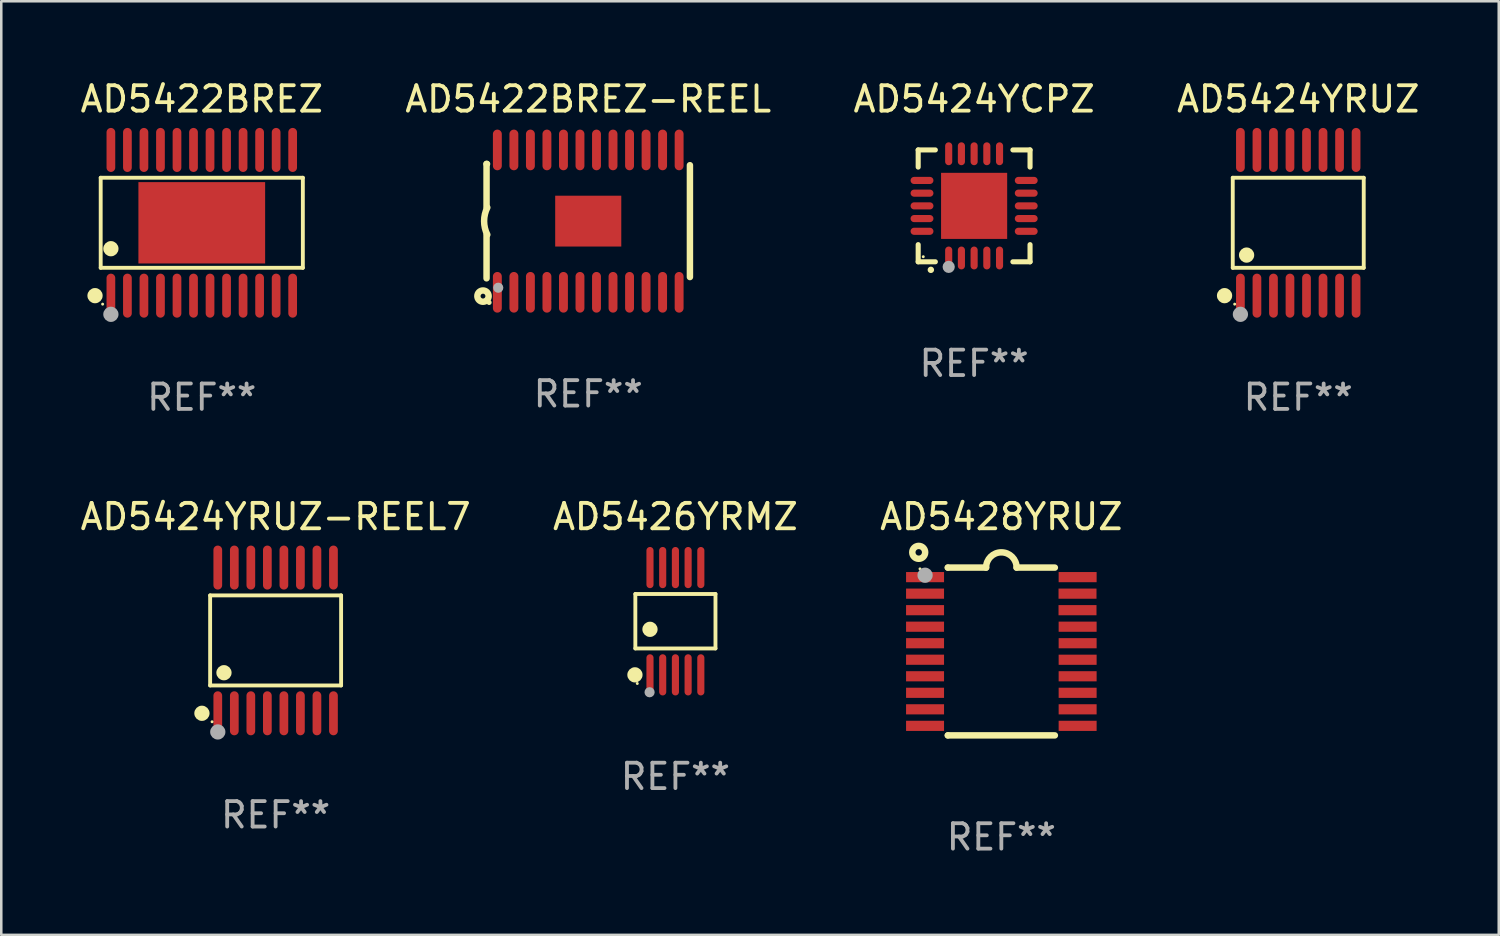
<source format=kicad_pcb>
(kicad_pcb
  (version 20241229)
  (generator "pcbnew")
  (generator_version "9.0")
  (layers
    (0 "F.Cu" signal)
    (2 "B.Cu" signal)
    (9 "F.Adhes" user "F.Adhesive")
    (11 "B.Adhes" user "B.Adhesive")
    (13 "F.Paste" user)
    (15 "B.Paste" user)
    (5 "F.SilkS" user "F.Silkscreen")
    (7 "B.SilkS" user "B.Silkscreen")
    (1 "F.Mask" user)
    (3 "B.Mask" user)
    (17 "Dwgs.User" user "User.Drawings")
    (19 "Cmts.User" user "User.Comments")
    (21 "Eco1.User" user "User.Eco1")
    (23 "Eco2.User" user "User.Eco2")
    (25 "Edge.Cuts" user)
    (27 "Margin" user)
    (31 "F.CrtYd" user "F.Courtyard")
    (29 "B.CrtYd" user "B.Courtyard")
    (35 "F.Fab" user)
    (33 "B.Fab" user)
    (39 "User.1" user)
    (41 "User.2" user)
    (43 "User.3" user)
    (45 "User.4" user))
  (footprint "AD5424YRUZ"
    (layer "F.Cu")
    (at 48.018 5.714)
    (property "Reference" "AD5424YRUZ" (at 0 -4.866 0) (layer "F.SilkS") (effects (font (size 1 1) (thickness 0.15))))
    (attr through_hole)
    (fp_line (start -2.576 -1.772) (end 2.576 -1.772) (stroke (width 0.152) (type solid)) (layer "F.SilkS"))
    (fp_line (start -2.576 1.771) (end -2.576 -1.772) (stroke (width 0.152) (type solid)) (layer "F.SilkS"))
    (fp_line (start 2.576 -1.772) (end 2.576 1.771) (stroke (width 0.152) (type solid)) (layer "F.SilkS"))
    (fp_line (start 2.576 1.771) (end -2.576 1.771) (stroke (width 0.152) (type solid)) (layer "F.SilkS"))
    (fp_circle (center -2.899 2.866) (end -2.749 2.866) (stroke (width 0.3) (type solid)) (fill no) (layer "F.SilkS"))
    (fp_circle (center -2.5 3.2) (end -2.47 3.2) (stroke (width 0.06) (type solid)) (fill no) (layer "F.SilkS"))
    (fp_circle (center -2.032 1.27) (end -1.882 1.27) (stroke (width 0.3) (type solid)) (fill no) (layer "F.SilkS"))
    (fp_circle (center -2.275 3.6) (end -2.125 3.6) (stroke (width 0.3) (type solid)) (fill no) (layer "F.Fab"))
    (fp_text user "REF**" (at 0 6.866 0) (layer "F.Fab") (effects (font (size 1 1) (thickness 0.15))))
    (pad "1" smd oval (at -2.275 2.866) (size 0.343 1.731) (layers "F.Cu" "F.Mask" "F.Paste"))
    (pad "2" smd oval (at -1.625 2.866) (size 0.343 1.731) (layers "F.Cu" "F.Mask" "F.Paste"))
    (pad "3" smd oval (at -0.975 2.866) (size 0.343 1.731) (layers "F.Cu" "F.Mask" "F.Paste"))
    (pad "4" smd oval (at -0.325 2.866) (size 0.343 1.731) (layers "F.Cu" "F.Mask" "F.Paste"))
    (pad "5" smd oval (at 0.325 2.866) (size 0.343 1.731) (layers "F.Cu" "F.Mask" "F.Paste"))
    (pad "6" smd oval (at 0.975 2.866) (size 0.343 1.731) (layers "F.Cu" "F.Mask" "F.Paste"))
    (pad "7" smd oval (at 1.625 2.866) (size 0.343 1.731) (layers "F.Cu" "F.Mask" "F.Paste"))
    (pad "8" smd oval (at 2.275 2.866) (size 0.343 1.731) (layers "F.Cu" "F.Mask" "F.Paste"))
    (pad "9" smd oval (at 2.275 -2.866) (size 0.343 1.731) (layers "F.Cu" "F.Mask" "F.Paste"))
    (pad "10" smd oval (at 1.625 -2.866) (size 0.343 1.731) (layers "F.Cu" "F.Mask" "F.Paste"))
    (pad "11" smd oval (at 0.975 -2.866) (size 0.343 1.731) (layers "F.Cu" "F.Mask" "F.Paste"))
    (pad "12" smd oval (at 0.325 -2.866) (size 0.343 1.731) (layers "F.Cu" "F.Mask" "F.Paste"))
    (pad "13" smd oval (at -0.325 -2.866) (size 0.343 1.731) (layers "F.Cu" "F.Mask" "F.Paste"))
    (pad "14" smd oval (at -0.975 -2.866) (size 0.343 1.731) (layers "F.Cu" "F.Mask" "F.Paste"))
    (pad "15" smd oval (at -1.625 -2.866) (size 0.343 1.731) (layers "F.Cu" "F.Mask" "F.Paste"))
    (pad "16" smd oval (at -2.275 -2.866) (size 0.343 1.731) (layers "F.Cu" "F.Mask" "F.Paste")))
  (footprint "AD5426YRMZ"
    (layer "F.Cu")
    (at 23.518 21.386)
    (property "Reference" "AD5426YRMZ" (at 0 -4.11 0) (layer "F.SilkS") (effects (font (size 1 1) (thickness 0.15))))
    (attr through_hole)
    (fp_line (start -1.576 -1.071) (end 1.576 -1.071) (stroke (width 0.152) (type solid)) (layer "F.SilkS"))
    (fp_line (start -1.576 1.071) (end -1.576 -1.071) (stroke (width 0.152) (type solid)) (layer "F.SilkS"))
    (fp_line (start 1.576 -1.071) (end 1.576 1.071) (stroke (width 0.152) (type solid)) (layer "F.SilkS"))
    (fp_line (start 1.576 1.071) (end -1.576 1.071) (stroke (width 0.152) (type solid)) (layer "F.SilkS"))
    (fp_circle (center -1.592 2.11) (end -1.442 2.11) (stroke (width 0.3) (type solid)) (fill no) (layer "F.SilkS"))
    (fp_circle (center -1.5 2.45) (end -1.47 2.45) (stroke (width 0.06) (type solid)) (fill no) (layer "F.SilkS"))
    (fp_circle (center -1 0.319) (end -0.85 0.319) (stroke (width 0.3) (type solid)) (fill no) (layer "F.SilkS"))
    (fp_circle (center -1.016 2.794) (end -0.916 2.794) (stroke (width 0.2) (type solid)) (fill no) (layer "F.Fab"))
    (fp_text user "REF**" (at 0 6.11 0) (layer "F.Fab") (effects (font (size 1 1) (thickness 0.15))))
    (pad "1" smd oval (at -1 2.11) (size 0.28 1.62) (layers "F.Cu" "F.Mask" "F.Paste"))
    (pad "2" smd oval (at -0.5 2.11) (size 0.28 1.62) (layers "F.Cu" "F.Mask" "F.Paste"))
    (pad "3" smd oval (at 0 2.11) (size 0.28 1.62) (layers "F.Cu" "F.Mask" "F.Paste"))
    (pad "4" smd oval (at 0.5 2.11) (size 0.28 1.62) (layers "F.Cu" "F.Mask" "F.Paste"))
    (pad "5" smd oval (at 1 2.11) (size 0.28 1.62) (layers "F.Cu" "F.Mask" "F.Paste"))
    (pad "6" smd oval (at 1 -2.11) (size 0.28 1.62) (layers "F.Cu" "F.Mask" "F.Paste"))
    (pad "7" smd oval (at 0.5 -2.11) (size 0.28 1.62) (layers "F.Cu" "F.Mask" "F.Paste"))
    (pad "8" smd oval (at 0 -2.11) (size 0.28 1.62) (layers "F.Cu" "F.Mask" "F.Paste"))
    (pad "9" smd oval (at -0.5 -2.11) (size 0.28 1.62) (layers "F.Cu" "F.Mask" "F.Paste"))
    (pad "10" smd oval (at -1 -2.11) (size 0.28 1.62) (layers "F.Cu" "F.Mask" "F.Paste")))
  (footprint "AD5424YRUZ-REEL7"
    (layer "F.Cu")
    (at 7.792 22.142)
    (property "Reference" "AD5424YRUZ-REEL7" (at 0 -4.866 0) (layer "F.SilkS") (effects (font (size 1 1) (thickness 0.15))))
    (attr through_hole)
    (fp_line (start -2.576 -1.772) (end 2.576 -1.772) (stroke (width 0.152) (type solid)) (layer "F.SilkS"))
    (fp_line (start -2.576 1.771) (end -2.576 -1.772) (stroke (width 0.152) (type solid)) (layer "F.SilkS"))
    (fp_line (start 2.576 -1.772) (end 2.576 1.771) (stroke (width 0.152) (type solid)) (layer "F.SilkS"))
    (fp_line (start 2.576 1.771) (end -2.576 1.771) (stroke (width 0.152) (type solid)) (layer "F.SilkS"))
    (fp_circle (center -2.899 2.866) (end -2.749 2.866) (stroke (width 0.3) (type solid)) (fill no) (layer "F.SilkS"))
    (fp_circle (center -2.5 3.2) (end -2.47 3.2) (stroke (width 0.06) (type solid)) (fill no) (layer "F.SilkS"))
    (fp_circle (center -2.032 1.27) (end -1.882 1.27) (stroke (width 0.3) (type solid)) (fill no) (layer "F.SilkS"))
    (fp_circle (center -2.275 3.6) (end -2.125 3.6) (stroke (width 0.3) (type solid)) (fill no) (layer "F.Fab"))
    (fp_text user "REF**" (at 0 6.866 0) (layer "F.Fab") (effects (font (size 1 1) (thickness 0.15))))
    (pad "1" smd oval (at -2.275 2.866) (size 0.343 1.731) (layers "F.Cu" "F.Mask" "F.Paste"))
    (pad "2" smd oval (at -1.625 2.866) (size 0.343 1.731) (layers "F.Cu" "F.Mask" "F.Paste"))
    (pad "3" smd oval (at -0.975 2.866) (size 0.343 1.731) (layers "F.Cu" "F.Mask" "F.Paste"))
    (pad "4" smd oval (at -0.325 2.866) (size 0.343 1.731) (layers "F.Cu" "F.Mask" "F.Paste"))
    (pad "5" smd oval (at 0.325 2.866) (size 0.343 1.731) (layers "F.Cu" "F.Mask" "F.Paste"))
    (pad "6" smd oval (at 0.975 2.866) (size 0.343 1.731) (layers "F.Cu" "F.Mask" "F.Paste"))
    (pad "7" smd oval (at 1.625 2.866) (size 0.343 1.731) (layers "F.Cu" "F.Mask" "F.Paste"))
    (pad "8" smd oval (at 2.275 2.866) (size 0.343 1.731) (layers "F.Cu" "F.Mask" "F.Paste"))
    (pad "9" smd oval (at 2.275 -2.866) (size 0.343 1.731) (layers "F.Cu" "F.Mask" "F.Paste"))
    (pad "10" smd oval (at 1.625 -2.866) (size 0.343 1.731) (layers "F.Cu" "F.Mask" "F.Paste"))
    (pad "11" smd oval (at 0.975 -2.866) (size 0.343 1.731) (layers "F.Cu" "F.Mask" "F.Paste"))
    (pad "12" smd oval (at 0.325 -2.866) (size 0.343 1.731) (layers "F.Cu" "F.Mask" "F.Paste"))
    (pad "13" smd oval (at -0.325 -2.866) (size 0.343 1.731) (layers "F.Cu" "F.Mask" "F.Paste"))
    (pad "14" smd oval (at -0.975 -2.866) (size 0.343 1.731) (layers "F.Cu" "F.Mask" "F.Paste"))
    (pad "15" smd oval (at -1.625 -2.866) (size 0.343 1.731) (layers "F.Cu" "F.Mask" "F.Paste"))
    (pad "16" smd oval (at -2.275 -2.866) (size 0.343 1.731) (layers "F.Cu" "F.Mask" "F.Paste")))
  (footprint "AD5428YRUZ"
    (layer "F.Cu")
    (at 36.339 22.577)
    (property "Reference" "AD5428YRUZ" (at 0 -5.3 0) (layer "F.SilkS") (effects (font (size 1 1) (thickness 0.15))))
    (attr through_hole)
    (fp_line (start -2.105 -3.3) (end -2.105 -3.3) (stroke (width 0.254) (type solid)) (layer "F.SilkS"))
    (fp_line (start -2.105 -3.3) (end -0.6 -3.3) (stroke (width 0.254) (type solid)) (layer "F.SilkS"))
    (fp_line (start -2.105 3.3) (end -2.105 3.3) (stroke (width 0.254) (type solid)) (layer "F.SilkS"))
    (fp_line (start 0.6 -3.3) (end 2.105 -3.3) (stroke (width 0.254) (type solid)) (layer "F.SilkS"))
    (fp_line (start 2.105 3.3) (end -2.105 3.3) (stroke (width 0.254) (type solid)) (layer "F.SilkS"))
    (fp_arc (start -0.599924 -3.300026) (mid 0.000114 -3.897415) (end 0.600152 -3.300025) (stroke (width 0.254001) (type solid)) (layer "F.SilkS"))
    (fp_circle (center -3.25 -3.9) (end -2.996 -3.9) (stroke (width 0.254) (type solid)) (fill no) (layer "F.SilkS"))
    (fp_circle (center -3.2 -3.25) (end -3.17 -3.25) (stroke (width 0.06) (type solid)) (fill no) (layer "F.SilkS"))
    (fp_circle (center -3 -3) (end -2.85 -3) (stroke (width 0.3) (type solid)) (fill no) (layer "F.Fab"))
    (fp_text user "REF**" (at 0 7.3 0) (layer "F.Fab") (effects (font (size 1 1) (thickness 0.15))))
    (pad "1" smd rect (at -3.001 -2.925 270) (size 0.4 1.494) (layers "F.Cu" "F.Mask" "F.Paste"))
    (pad "2" smd rect (at -3.001 -2.275 270) (size 0.4 1.494) (layers "F.Cu" "F.Mask" "F.Paste"))
    (pad "3" smd rect (at -3.001 -1.625 270) (size 0.4 1.494) (layers "F.Cu" "F.Mask" "F.Paste"))
    (pad "4" smd rect (at -3.001 -0.975 270) (size 0.4 1.494) (layers "F.Cu" "F.Mask" "F.Paste"))
    (pad "5" smd rect (at -3.001 -0.325 270) (size 0.4 1.494) (layers "F.Cu" "F.Mask" "F.Paste"))
    (pad "6" smd rect (at -3.001 0.324 270) (size 0.4 1.494) (layers "F.Cu" "F.Mask" "F.Paste"))
    (pad "7" smd rect (at -3.001 0.975 270) (size 0.4 1.494) (layers "F.Cu" "F.Mask" "F.Paste"))
    (pad "8" smd rect (at -3.001 1.625 270) (size 0.4 1.494) (layers "F.Cu" "F.Mask" "F.Paste"))
    (pad "9" smd rect (at -3.001 2.275 270) (size 0.4 1.494) (layers "F.Cu" "F.Mask" "F.Paste"))
    (pad "10" smd rect (at -3.001 2.925 270) (size 0.4 1.494) (layers "F.Cu" "F.Mask" "F.Paste"))
    (pad "11" smd rect (at 3.001 2.925 270) (size 0.4 1.494) (layers "F.Cu" "F.Mask" "F.Paste"))
    (pad "12" smd rect (at 3.001 2.275 270) (size 0.4 1.494) (layers "F.Cu" "F.Mask" "F.Paste"))
    (pad "13" smd rect (at 3.001 1.625 270) (size 0.4 1.494) (layers "F.Cu" "F.Mask" "F.Paste"))
    (pad "14" smd rect (at 3.001 0.975 270) (size 0.4 1.494) (layers "F.Cu" "F.Mask" "F.Paste"))
    (pad "15" smd rect (at 3.001 0.325 270) (size 0.4 1.494) (layers "F.Cu" "F.Mask" "F.Paste"))
    (pad "16" smd rect (at 3.001 -0.325 270) (size 0.4 1.494) (layers "F.Cu" "F.Mask" "F.Paste"))
    (pad "17" smd rect (at 3.001 -0.975 270) (size 0.4 1.494) (layers "F.Cu" "F.Mask" "F.Paste"))
    (pad "18" smd rect (at 2.996 -1.625 270) (size 0.4 1.494) (layers "F.Cu" "F.Mask" "F.Paste"))
    (pad "19" smd rect (at 2.996 -2.275 270) (size 0.4 1.494) (layers "F.Cu" "F.Mask" "F.Paste"))
    (pad "20" smd rect (at 3.001 -2.925 270) (size 0.4 1.494) (layers "F.Cu" "F.Mask" "F.Paste")))
  (footprint "AD5422BREZ-REEL"
    (layer "F.Cu")
    (at 20.089 5.648)
    (property "Reference" "AD5422BREZ-REEL" (at 0 -4.8 0) (layer "F.SilkS") (effects (font (size 1 1) (thickness 0.15))))
    (attr through_hole)
    (fp_line (start -4 -2.25) (end -3.981 -2.25) (stroke (width 0.254) (type solid)) (layer "F.SilkS"))
    (fp_line (start -4 -0.533) (end -4 -2.25) (stroke (width 0.254) (type solid)) (layer "F.SilkS"))
    (fp_line (start -4 2.25) (end -4 0.533) (stroke (width 0.254) (type solid)) (layer "F.SilkS"))
    (fp_line (start 4 -2.2) (end 4 2.2) (stroke (width 0.254) (type solid)) (layer "F.SilkS"))
    (fp_arc (start -3.970041 0.533401) (mid -4.09596 0) (end -3.970041 -0.533401) (stroke (width 0.254001) (type solid)) (layer "F.SilkS"))
    (fp_circle (center -4.14 2.95) (end -4.045 2.95) (stroke (width 0.254) (type solid)) (fill no) (layer "F.SilkS"))
    (fp_circle (center -3.9 3.2) (end -3.85 3.2) (stroke (width 0.1) (type solid)) (fill no) (layer "F.SilkS"))
    (fp_circle (center -3.54 2.62) (end -3.44 2.62) (stroke (width 0.2) (type solid)) (fill no) (layer "F.Fab"))
    (fp_text user "REF**" (at 0 6.8 0) (layer "F.Fab") (effects (font (size 1 1) (thickness 0.15))))
    (pad "1" smd oval (at -3.575 2.8 180) (size 0.35 1.6) (layers "F.Cu" "F.Mask" "F.Paste"))
    (pad "2" smd oval (at -2.925 2.8 180) (size 0.35 1.6) (layers "F.Cu" "F.Mask" "F.Paste"))
    (pad "3" smd oval (at -2.275 2.8 180) (size 0.35 1.6) (layers "F.Cu" "F.Mask" "F.Paste"))
    (pad "4" smd oval (at -1.625 2.8 180) (size 0.35 1.6) (layers "F.Cu" "F.Mask" "F.Paste"))
    (pad "5" smd oval (at -0.975 2.8 180) (size 0.35 1.6) (layers "F.Cu" "F.Mask" "F.Paste"))
    (pad "6" smd oval (at -0.325 2.8 180) (size 0.35 1.6) (layers "F.Cu" "F.Mask" "F.Paste"))
    (pad "7" smd oval (at 0.325 2.8 180) (size 0.35 1.6) (layers "F.Cu" "F.Mask" "F.Paste"))
    (pad "8" smd oval (at 0.975 2.8 180) (size 0.35 1.6) (layers "F.Cu" "F.Mask" "F.Paste"))
    (pad "9" smd oval (at 1.625 2.8 180) (size 0.35 1.6) (layers "F.Cu" "F.Mask" "F.Paste"))
    (pad "10" smd oval (at 2.275 2.8 180) (size 0.35 1.6) (layers "F.Cu" "F.Mask" "F.Paste"))
    (pad "11" smd oval (at 2.925 2.8 180) (size 0.35 1.6) (layers "F.Cu" "F.Mask" "F.Paste"))
    (pad "12" smd oval (at 3.575 2.8 180) (size 0.35 1.6) (layers "F.Cu" "F.Mask" "F.Paste"))
    (pad "13" smd oval (at 3.575 -2.8 180) (size 0.35 1.6) (layers "F.Cu" "F.Mask" "F.Paste"))
    (pad "14" smd oval (at 2.925 -2.8 180) (size 0.35 1.6) (layers "F.Cu" "F.Mask" "F.Paste"))
    (pad "15" smd oval (at 2.275 -2.8 180) (size 0.35 1.6) (layers "F.Cu" "F.Mask" "F.Paste"))
    (pad "16" smd oval (at 1.625 -2.8 180) (size 0.35 1.6) (layers "F.Cu" "F.Mask" "F.Paste"))
    (pad "17" smd oval (at 0.975 -2.8 180) (size 0.35 1.6) (layers "F.Cu" "F.Mask" "F.Paste"))
    (pad "18" smd oval (at 0.325 -2.8 180) (size 0.35 1.6) (layers "F.Cu" "F.Mask" "F.Paste"))
    (pad "19" smd oval (at -0.325 -2.8 180) (size 0.35 1.6) (layers "F.Cu" "F.Mask" "F.Paste"))
    (pad "20" smd oval (at -0.975 -2.8 180) (size 0.35 1.6) (layers "F.Cu" "F.Mask" "F.Paste"))
    (pad "21" smd oval (at -1.625 -2.8 180) (size 0.35 1.6) (layers "F.Cu" "F.Mask" "F.Paste"))
    (pad "22" smd oval (at -2.275 -2.8 180) (size 0.35 1.6) (layers "F.Cu" "F.Mask" "F.Paste"))
    (pad "23" smd oval (at -2.925 -2.8 180) (size 0.35 1.6) (layers "F.Cu" "F.Mask" "F.Paste"))
    (pad "24" smd oval (at -3.575 -2.8 180) (size 0.35 1.6) (layers "F.Cu" "F.Mask" "F.Paste"))
    (pad "25" smd rect (at -0.000013 0 180) (size 2.6 2) (layers "F.Cu" "F.Mask" "F.Paste")))
  (footprint "AD5422BREZ"
    (layer "F.Cu")
    (at 4.887 5.714)
    (property "Reference" "AD5422BREZ" (at 0 -4.866 0) (layer "F.SilkS") (effects (font (size 1 1) (thickness 0.15))))
    (attr through_hole)
    (fp_line (start -3.976 -1.772) (end 3.976 -1.772) (stroke (width 0.152) (type solid)) (layer "F.SilkS"))
    (fp_line (start -3.976 1.771) (end -3.976 -1.772) (stroke (width 0.152) (type solid)) (layer "F.SilkS"))
    (fp_line (start 3.976 -1.772) (end 3.976 1.771) (stroke (width 0.152) (type solid)) (layer "F.SilkS"))
    (fp_line (start 3.976 1.771) (end -3.976 1.771) (stroke (width 0.152) (type solid)) (layer "F.SilkS"))
    (fp_circle (center -4.199 2.866) (end -4.049 2.866) (stroke (width 0.3) (type solid)) (fill no) (layer "F.SilkS"))
    (fp_circle (center -3.9 3.2) (end -3.87 3.2) (stroke (width 0.06) (type solid)) (fill no) (layer "F.SilkS"))
    (fp_circle (center -3.575 1.019) (end -3.425 1.019) (stroke (width 0.3) (type solid)) (fill no) (layer "F.SilkS"))
    (fp_circle (center -3.575 3.6) (end -3.425 3.6) (stroke (width 0.3) (type solid)) (fill no) (layer "F.Fab"))
    (fp_text user "REF**" (at 0 6.866 0) (layer "F.Fab") (effects (font (size 1 1) (thickness 0.15))))
    (pad "1" smd oval (at -3.575 2.866) (size 0.343 1.731) (layers "F.Cu" "F.Mask" "F.Paste"))
    (pad "2" smd oval (at -2.925 2.866) (size 0.343 1.731) (layers "F.Cu" "F.Mask" "F.Paste"))
    (pad "3" smd oval (at -2.275 2.866) (size 0.343 1.731) (layers "F.Cu" "F.Mask" "F.Paste"))
    (pad "4" smd oval (at -1.625 2.866) (size 0.343 1.731) (layers "F.Cu" "F.Mask" "F.Paste"))
    (pad "5" smd oval (at -0.975 2.866) (size 0.343 1.731) (layers "F.Cu" "F.Mask" "F.Paste"))
    (pad "6" smd oval (at -0.325 2.866) (size 0.343 1.731) (layers "F.Cu" "F.Mask" "F.Paste"))
    (pad "7" smd oval (at 0.325 2.866) (size 0.343 1.731) (layers "F.Cu" "F.Mask" "F.Paste"))
    (pad "8" smd oval (at 0.975 2.866) (size 0.343 1.731) (layers "F.Cu" "F.Mask" "F.Paste"))
    (pad "9" smd oval (at 1.625 2.866) (size 0.343 1.731) (layers "F.Cu" "F.Mask" "F.Paste"))
    (pad "10" smd oval (at 2.275 2.866) (size 0.343 1.731) (layers "F.Cu" "F.Mask" "F.Paste"))
    (pad "11" smd oval (at 2.925 2.866) (size 0.343 1.731) (layers "F.Cu" "F.Mask" "F.Paste"))
    (pad "12" smd oval (at 3.575 2.866) (size 0.343 1.731) (layers "F.Cu" "F.Mask" "F.Paste"))
    (pad "13" smd oval (at 3.575 -2.866) (size 0.343 1.731) (layers "F.Cu" "F.Mask" "F.Paste"))
    (pad "14" smd oval (at 2.925 -2.866) (size 0.343 1.731) (layers "F.Cu" "F.Mask" "F.Paste"))
    (pad "15" smd oval (at 2.275 -2.866) (size 0.343 1.731) (layers "F.Cu" "F.Mask" "F.Paste"))
    (pad "16" smd oval (at 1.625 -2.866) (size 0.343 1.731) (layers "F.Cu" "F.Mask" "F.Paste"))
    (pad "17" smd oval (at 0.975 -2.866) (size 0.343 1.731) (layers "F.Cu" "F.Mask" "F.Paste"))
    (pad "18" smd oval (at 0.325 -2.866) (size 0.343 1.731) (layers "F.Cu" "F.Mask" "F.Paste"))
    (pad "19" smd oval (at -0.325 -2.866) (size 0.343 1.731) (layers "F.Cu" "F.Mask" "F.Paste"))
    (pad "20" smd oval (at -0.975 -2.866) (size 0.343 1.731) (layers "F.Cu" "F.Mask" "F.Paste"))
    (pad "21" smd oval (at -1.625 -2.866) (size 0.343 1.731) (layers "F.Cu" "F.Mask" "F.Paste"))
    (pad "22" smd oval (at -2.275 -2.866) (size 0.343 1.731) (layers "F.Cu" "F.Mask" "F.Paste"))
    (pad "23" smd oval (at -2.925 -2.866) (size 0.343 1.731) (layers "F.Cu" "F.Mask" "F.Paste"))
    (pad "24" smd oval (at -3.575 -2.866) (size 0.343 1.731) (layers "F.Cu" "F.Mask" "F.Paste"))
    (pad "25" smd rect (at 0 -0.000127) (size 4.985 3.2) (layers "F.Cu" "F.Mask" "F.Paste")))
  (footprint "AD5424YCPZ"
    (layer "F.Cu")
    (at 35.268 5.048)
    (property "Reference" "AD5424YCPZ" (at 0 -4.2 0) (layer "F.SilkS") (effects (font (size 1 1) (thickness 0.15))))
    (attr through_hole)
    (fp_line (start -2.2 -2.2) (end -1.525 -2.2) (stroke (width 0.2) (type solid)) (layer "F.SilkS"))
    (fp_line (start -2.2 -1.525) (end -2.2 -2.2) (stroke (width 0.2) (type solid)) (layer "F.SilkS"))
    (fp_line (start -2.2 2.2) (end -2.2 1.525) (stroke (width 0.2) (type solid)) (layer "F.SilkS"))
    (fp_line (start -1.525 2.2) (end -2.2 2.2) (stroke (width 0.2) (type solid)) (layer "F.SilkS"))
    (fp_line (start 1.525 2.2) (end 2.2 2.2) (stroke (width 0.2) (type solid)) (layer "F.SilkS"))
    (fp_line (start 2.2 -2.2) (end 1.525 -2.2) (stroke (width 0.2) (type solid)) (layer "F.SilkS"))
    (fp_line (start 2.2 -1.525) (end 2.2 -2.2) (stroke (width 0.2) (type solid)) (layer "F.SilkS"))
    (fp_line (start 2.2 2.2) (end 2.2 1.525) (stroke (width 0.2) (type solid)) (layer "F.SilkS"))
    (fp_arc (start -1.703073 2.516612) (mid -1.701803 2.516606) (end -1.700533 2.516612) (stroke (width 0.25) (type solid)) (layer "F.SilkS"))
    (fp_circle (center -2 2) (end -1.97 2) (stroke (width 0.06) (type solid)) (fill no) (layer "F.SilkS"))
    (fp_circle (center -1 2.4) (end -0.88 2.4) (stroke (width 0.24) (type solid)) (fill no) (layer "F.Fab"))
    (fp_text user "REF**" (at 0 6.2 0) (layer "F.Fab") (effects (font (size 1 1) (thickness 0.15))))
    (pad "1" smd oval (at -1 2.05) (size 0.28 0.9) (layers "F.Cu" "F.Mask" "F.Paste"))
    (pad "2" smd oval (at -0.5 2.05) (size 0.28 0.9) (layers "F.Cu" "F.Mask" "F.Paste"))
    (pad "3" smd oval (at 0.000076 2.05) (size 0.28 0.9) (layers "F.Cu" "F.Mask" "F.Paste"))
    (pad "4" smd oval (at 0.5 2.05) (size 0.28 0.9) (layers "F.Cu" "F.Mask" "F.Paste"))
    (pad "5" smd oval (at 1 2.05) (size 0.28 0.9) (layers "F.Cu" "F.Mask" "F.Paste"))
    (pad "6" smd oval (at 2.05 1) (size 0.9 0.28) (layers "F.Cu" "F.Mask" "F.Paste"))
    (pad "7" smd oval (at 2.05 0.5) (size 0.9 0.28) (layers "F.Cu" "F.Mask" "F.Paste"))
    (pad "8" smd oval (at 2.05 0.000076) (size 0.9 0.28) (layers "F.Cu" "F.Mask" "F.Paste"))
    (pad "9" smd oval (at 2.05 -0.5) (size 0.9 0.28) (layers "F.Cu" "F.Mask" "F.Paste"))
    (pad "10" smd oval (at 2.05 -1) (size 0.9 0.28) (layers "F.Cu" "F.Mask" "F.Paste"))
    (pad "11" smd oval (at 1 -2.05) (size 0.28 0.9) (layers "F.Cu" "F.Mask" "F.Paste"))
    (pad "12" smd oval (at 0.5 -2.05) (size 0.28 0.9) (layers "F.Cu" "F.Mask" "F.Paste"))
    (pad "13" smd oval (at 0.000076 -2.05) (size 0.28 0.9) (layers "F.Cu" "F.Mask" "F.Paste"))
    (pad "14" smd oval (at -0.5 -2.05) (size 0.28 0.9) (layers "F.Cu" "F.Mask" "F.Paste"))
    (pad "15" smd oval (at -1 -2.05) (size 0.28 0.9) (layers "F.Cu" "F.Mask" "F.Paste"))
    (pad "16" smd oval (at -2.05 -1) (size 0.9 0.28) (layers "F.Cu" "F.Mask" "F.Paste"))
    (pad "17" smd oval (at -2.05 -0.5) (size 0.9 0.28) (layers "F.Cu" "F.Mask" "F.Paste"))
    (pad "18" smd oval (at -2.05 0.000076) (size 0.9 0.28) (layers "F.Cu" "F.Mask" "F.Paste"))
    (pad "19" smd oval (at -2.05 0.5) (size 0.9 0.28) (layers "F.Cu" "F.Mask" "F.Paste"))
    (pad "20" smd oval (at -2.05 1) (size 0.9 0.28) (layers "F.Cu" "F.Mask" "F.Paste"))
    (pad "21" smd rect (at 0.000076 0.000076) (size 2.6 2.6) (layers "F.Cu" "F.Mask" "F.Paste")))
  (gr_rect
    (start -3 -3)
    (end 55.905 33.725)
    (stroke (width 0.1) (type default))
    (fill no)
    (layer "Edge.Cuts")))
</source>
